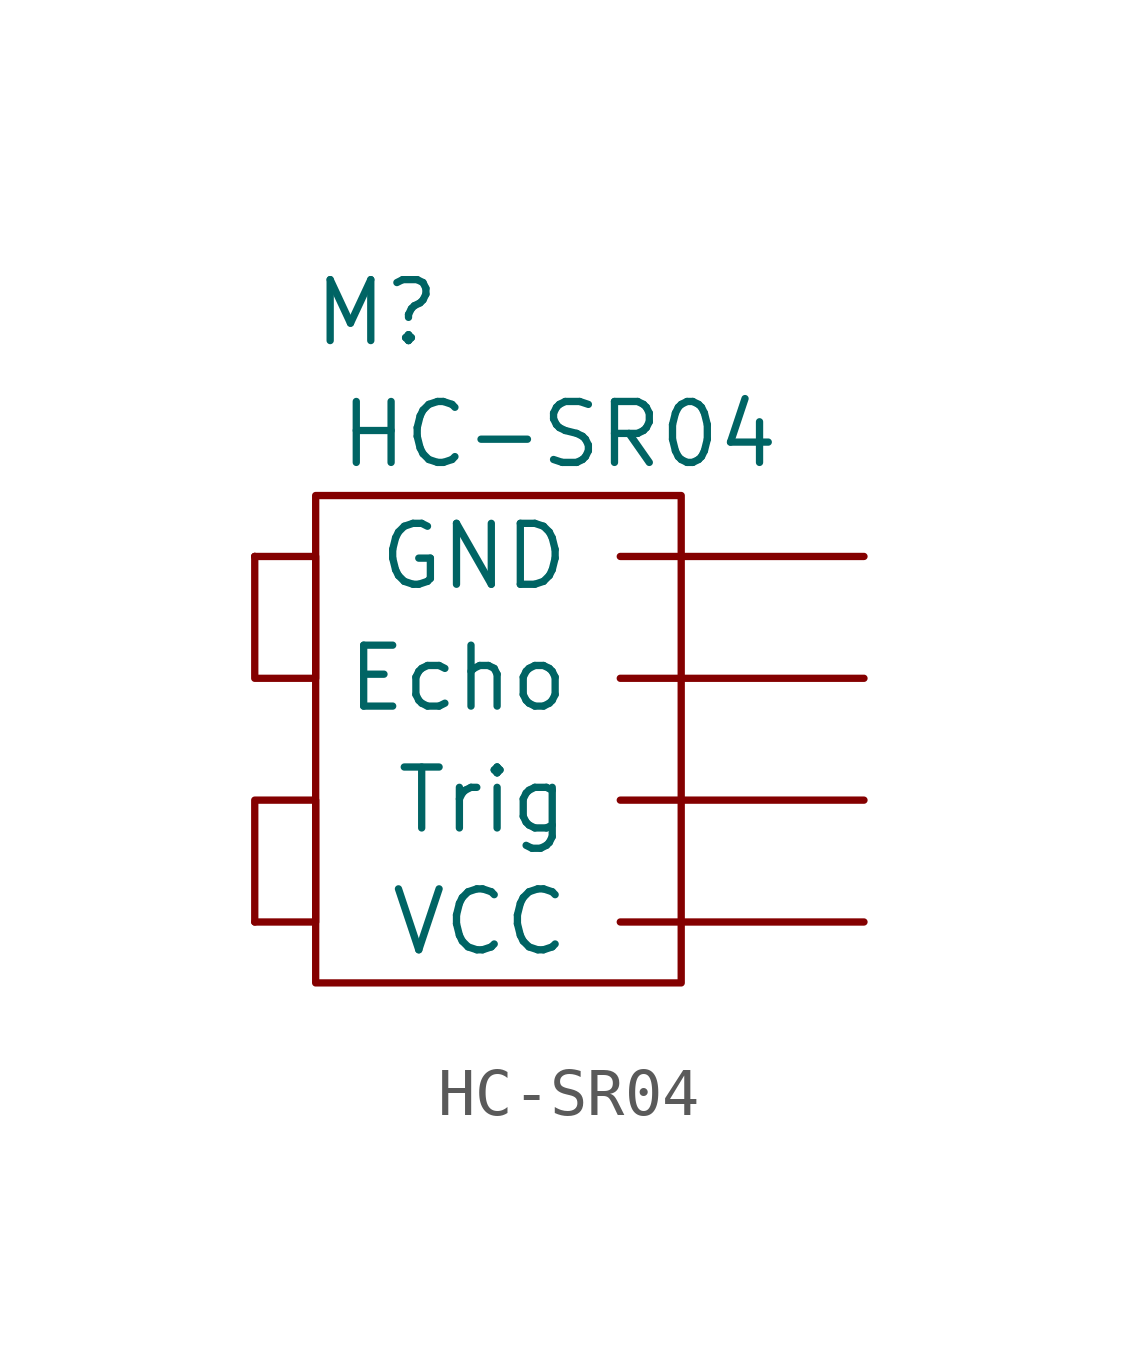
<source format=kicad_sym>
(kicad_symbol_lib
  (version 20241209)
  (generator "kicad_symbol_editor")
  (generator_version "9.0")
  (symbol "HC-SR04"
    (pin_numbers
      (hide yes))
    (pin_names
      (offset 1.016))
    (property "Reference" "M"
      (at 0 2.54 0)
      (effects (font (size 1.27 1.27))))
    (property "Value" "HC-SR04"
      (at 3.81 0 0)
      (effects (font (size 1.27 1.27))))
    (symbol "HC-SR04_0_1"
      (rectangle (start -2.54 -2.54) (end -2.54 -2.54) (stroke (width 0) (type solid)) (fill (type none)))
      (rectangle (start -2.54 -2.54) (end -2.54 -2.54) (stroke (width 0) (type solid)) (fill (type none)))
      (rectangle (start -2.54 -2.54) (end -1.27 -5.08) (stroke (width 0) (type solid)) (fill (type none)))
      (rectangle (start -2.54 -10.16) (end -2.54 -10.16) (stroke (width 0) (type solid)) (fill (type none)))
      (rectangle (start -1.27 -10.16) (end -2.54 -7.62) (stroke (width 0) (type solid)) (fill (type none)))
      (rectangle (start -1.27 -11.43) (end 6.35 -1.27) (stroke (width 0) (type solid)) (fill (type none))))
    (symbol "HC-SR04_1_1"
      (pin input line (at 10.16 -2.54 180) (length 5.08) (name "GND" (effects (font (size 1.27 1.27)))) (number "~" (effects (font (size 1.27 1.27)))))
      (pin output line (at 10.16 -5.08 180) (length 5.08) (name "Echo" (effects (font (size 1.27 1.27)))) (number "~" (effects (font (size 1.27 1.27)))))
      (pin input line (at 10.16 -7.62 180) (length 5.08) (name "Trig" (effects (font (size 1.27 1.27)))) (number "~" (effects (font (size 1.27 1.27)))))
      (pin input line (at 10.16 -10.16 180) (length 5.08) (name "VCC" (effects (font (size 1.27 1.27)))) (number "~" (effects (font (size 1.27 1.27))))))))
</source>
